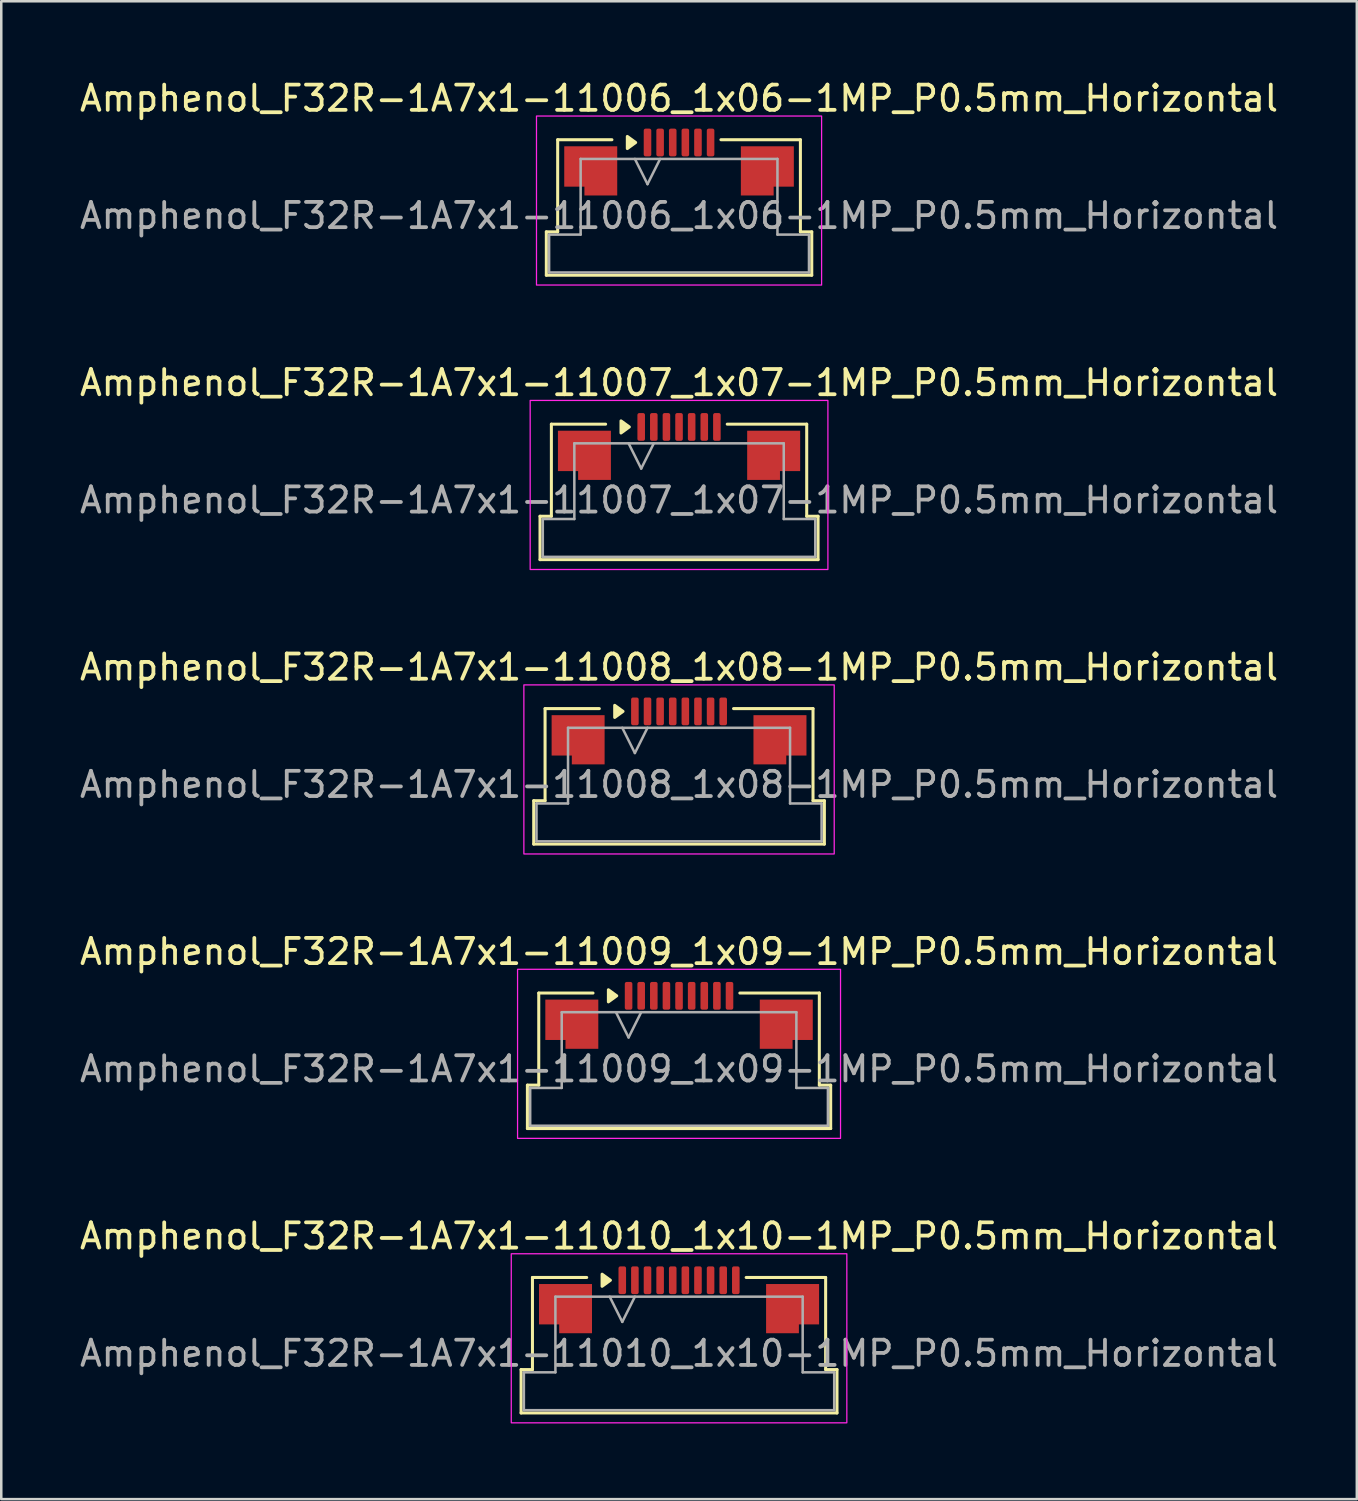
<source format=kicad_pcb>
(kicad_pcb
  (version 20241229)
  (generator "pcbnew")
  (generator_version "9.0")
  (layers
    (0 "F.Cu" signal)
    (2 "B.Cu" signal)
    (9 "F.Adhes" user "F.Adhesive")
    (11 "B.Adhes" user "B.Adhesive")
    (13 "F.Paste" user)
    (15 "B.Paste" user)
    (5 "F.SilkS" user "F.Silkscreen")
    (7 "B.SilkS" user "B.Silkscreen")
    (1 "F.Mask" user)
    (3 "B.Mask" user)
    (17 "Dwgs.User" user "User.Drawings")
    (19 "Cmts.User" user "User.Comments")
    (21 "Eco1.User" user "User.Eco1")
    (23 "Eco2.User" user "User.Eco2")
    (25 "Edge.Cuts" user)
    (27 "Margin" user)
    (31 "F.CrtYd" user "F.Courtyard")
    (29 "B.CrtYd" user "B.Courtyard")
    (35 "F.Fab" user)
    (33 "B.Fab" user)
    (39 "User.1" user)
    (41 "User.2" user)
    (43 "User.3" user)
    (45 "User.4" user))
  (footprint "Amphenol_F32R-1A7x1-11006_1x06-1MP_P0.5mm_Horizontal"
    (layer "F.Cu")
    (at 23.863 5.498)
    (property "Reference" "Amphenol_F32R-1A7x1-11006_1x06-1MP_P0.5mm_Horizontal" (at 0 -4.65 0) (layer "F.SilkS") (effects (font (size 1 1) (thickness 0.15))))
    (attr smd)
    (fp_line (start -5.26 0.64) (end -4.81 0.64) (stroke (width 0.12) (type solid)) (layer "F.SilkS"))
    (fp_line (start -5.26 2.36) (end -5.26 0.64) (stroke (width 0.12) (type solid)) (layer "F.SilkS"))
    (fp_line (start -4.81 -3.01) (end -2.66 -3.01) (stroke (width 0.12) (type solid)) (layer "F.SilkS"))
    (fp_line (start -4.81 0.64) (end -4.81 -3.01) (stroke (width 0.12) (type solid)) (layer "F.SilkS"))
    (fp_line (start 1.66 -3.01) (end 4.81 -3.01) (stroke (width 0.12) (type solid)) (layer "F.SilkS"))
    (fp_line (start 4.81 -3.01) (end 4.81 0.64) (stroke (width 0.12) (type solid)) (layer "F.SilkS"))
    (fp_line (start 4.81 0.64) (end 5.26 0.64) (stroke (width 0.12) (type solid)) (layer "F.SilkS"))
    (fp_line (start 5.26 0.64) (end 5.26 2.36) (stroke (width 0.12) (type solid)) (layer "F.SilkS"))
    (fp_line (start 5.26 2.36) (end -5.26 2.36) (stroke (width 0.12) (type solid)) (layer "F.SilkS"))
    (fp_poly (pts (xy -1.72 -2.9) (xy -2.05 -2.66) (xy -2.05 -3.14)) (stroke (width 0.12) (type solid)) (fill yes) (layer "F.SilkS"))
    (fp_rect (start -5.65 -3.95) (end 5.65 2.75) (stroke (width 0.05) (type solid)) (fill no) (layer "F.CrtYd"))
    (fp_line (start -5.15 0.75) (end -3.9 0.75) (stroke (width 0.1) (type solid)) (layer "F.Fab"))
    (fp_line (start -5.15 2.25) (end -5.15 0.75) (stroke (width 0.1) (type solid)) (layer "F.Fab"))
    (fp_line (start -3.9 -2.25) (end 3.9 -2.25) (stroke (width 0.1) (type solid)) (layer "F.Fab"))
    (fp_line (start -3.9 0.75) (end -3.9 -2.25) (stroke (width 0.1) (type solid)) (layer "F.Fab"))
    (fp_line (start -1.75 -2.25) (end -1.25 -1.25) (stroke (width 0.1) (type solid)) (layer "F.Fab"))
    (fp_line (start -1.25 -1.25) (end -0.75 -2.25) (stroke (width 0.1) (type solid)) (layer "F.Fab"))
    (fp_line (start 3.9 -2.25) (end 3.9 0.75) (stroke (width 0.1) (type solid)) (layer "F.Fab"))
    (fp_line (start 3.9 0.75) (end 5.15 0.75) (stroke (width 0.1) (type solid)) (layer "F.Fab"))
    (fp_line (start 5.15 0.75) (end 5.15 2.25) (stroke (width 0.1) (type solid)) (layer "F.Fab"))
    (fp_line (start 5.15 2.25) (end -5.15 2.25) (stroke (width 0.1) (type solid)) (layer "F.Fab"))
    (fp_text user "${REFERENCE}" (at 0 0 0) (layer "F.Fab") (effects (font (size 1 1) (thickness 0.15))))
    (pad "1" smd roundrect (at -1.25 -2.9) (size 0.3 1.1) (layers "F.Cu" "F.Mask" "F.Paste") (roundrect_rratio 0.25))
    (pad "2" smd roundrect (at -0.75 -2.9) (size 0.3 1.1) (layers "F.Cu" "F.Mask" "F.Paste") (roundrect_rratio 0.25))
    (pad "3" smd roundrect (at -0.25 -2.9) (size 0.3 1.1) (layers "F.Cu" "F.Mask" "F.Paste") (roundrect_rratio 0.25))
    (pad "4" smd roundrect (at 0.25 -2.9) (size 0.3 1.1) (layers "F.Cu" "F.Mask" "F.Paste") (roundrect_rratio 0.25))
    (pad "5" smd roundrect (at 0.75 -2.9) (size 0.3 1.1) (layers "F.Cu" "F.Mask" "F.Paste") (roundrect_rratio 0.25))
    (pad "6" smd roundrect (at 1.25 -2.9) (size 0.3 1.1) (layers "F.Cu" "F.Mask" "F.Paste") (roundrect_rratio 0.25))
    (pad "MP" smd custom (at -3.5 -1.775) (size 1 1) (layers "F.Cu" "F.Mask" "F.Paste") (options (anchor circle)) (primitives (gr_poly (pts (xy 1.05 -0.975) (xy 1.05 0.975) (xy -0.25 0.975) (xy -0.25 0.625) (xy -1.05 0.625) (xy -1.05 -0.975)) (width 0) (fill yes))))
    (pad "MP" smd custom (at 3.5 -1.775) (size 1 1) (layers "F.Cu" "F.Mask" "F.Paste") (options (anchor circle)) (primitives (gr_poly (pts (xy -1.05 -0.975) (xy -1.05 0.975) (xy 0.25 0.975) (xy 0.25 0.625) (xy 1.05 0.625) (xy 1.05 -0.975)) (width 0) (fill yes)))))
  (footprint "Amphenol_F32R-1A7x1-11008_1x08-1MP_P0.5mm_Horizontal"
    (layer "F.Cu")
    (at 23.863 28.045)
    (property "Reference" "Amphenol_F32R-1A7x1-11008_1x08-1MP_P0.5mm_Horizontal" (at 0 -4.65 0) (layer "F.SilkS") (effects (font (size 1 1) (thickness 0.15))))
    (attr smd)
    (fp_line (start -5.76 0.64) (end -5.31 0.64) (stroke (width 0.12) (type solid)) (layer "F.SilkS"))
    (fp_line (start -5.76 2.36) (end -5.76 0.64) (stroke (width 0.12) (type solid)) (layer "F.SilkS"))
    (fp_line (start -5.31 -3.01) (end -3.16 -3.01) (stroke (width 0.12) (type solid)) (layer "F.SilkS"))
    (fp_line (start -5.31 0.64) (end -5.31 -3.01) (stroke (width 0.12) (type solid)) (layer "F.SilkS"))
    (fp_line (start 2.16 -3.01) (end 5.31 -3.01) (stroke (width 0.12) (type solid)) (layer "F.SilkS"))
    (fp_line (start 5.31 -3.01) (end 5.31 0.64) (stroke (width 0.12) (type solid)) (layer "F.SilkS"))
    (fp_line (start 5.31 0.64) (end 5.76 0.64) (stroke (width 0.12) (type solid)) (layer "F.SilkS"))
    (fp_line (start 5.76 0.64) (end 5.76 2.36) (stroke (width 0.12) (type solid)) (layer "F.SilkS"))
    (fp_line (start 5.76 2.36) (end -5.76 2.36) (stroke (width 0.12) (type solid)) (layer "F.SilkS"))
    (fp_poly (pts (xy -2.22 -2.9) (xy -2.55 -2.66) (xy -2.55 -3.14)) (stroke (width 0.12) (type solid)) (fill yes) (layer "F.SilkS"))
    (fp_rect (start -6.15 -3.95) (end 6.15 2.75) (stroke (width 0.05) (type solid)) (fill no) (layer "F.CrtYd"))
    (fp_line (start -5.65 0.75) (end -4.4 0.75) (stroke (width 0.1) (type solid)) (layer "F.Fab"))
    (fp_line (start -5.65 2.25) (end -5.65 0.75) (stroke (width 0.1) (type solid)) (layer "F.Fab"))
    (fp_line (start -4.4 -2.25) (end 4.4 -2.25) (stroke (width 0.1) (type solid)) (layer "F.Fab"))
    (fp_line (start -4.4 0.75) (end -4.4 -2.25) (stroke (width 0.1) (type solid)) (layer "F.Fab"))
    (fp_line (start -2.25 -2.25) (end -1.75 -1.25) (stroke (width 0.1) (type solid)) (layer "F.Fab"))
    (fp_line (start -1.75 -1.25) (end -1.25 -2.25) (stroke (width 0.1) (type solid)) (layer "F.Fab"))
    (fp_line (start 4.4 -2.25) (end 4.4 0.75) (stroke (width 0.1) (type solid)) (layer "F.Fab"))
    (fp_line (start 4.4 0.75) (end 5.65 0.75) (stroke (width 0.1) (type solid)) (layer "F.Fab"))
    (fp_line (start 5.65 0.75) (end 5.65 2.25) (stroke (width 0.1) (type solid)) (layer "F.Fab"))
    (fp_line (start 5.65 2.25) (end -5.65 2.25) (stroke (width 0.1) (type solid)) (layer "F.Fab"))
    (fp_text user "${REFERENCE}" (at 0 0 0) (layer "F.Fab") (effects (font (size 1 1) (thickness 0.15))))
    (pad "1" smd roundrect (at -1.75 -2.9) (size 0.3 1.1) (layers "F.Cu" "F.Mask" "F.Paste") (roundrect_rratio 0.25))
    (pad "2" smd roundrect (at -1.25 -2.9) (size 0.3 1.1) (layers "F.Cu" "F.Mask" "F.Paste") (roundrect_rratio 0.25))
    (pad "3" smd roundrect (at -0.75 -2.9) (size 0.3 1.1) (layers "F.Cu" "F.Mask" "F.Paste") (roundrect_rratio 0.25))
    (pad "4" smd roundrect (at -0.25 -2.9) (size 0.3 1.1) (layers "F.Cu" "F.Mask" "F.Paste") (roundrect_rratio 0.25))
    (pad "5" smd roundrect (at 0.25 -2.9) (size 0.3 1.1) (layers "F.Cu" "F.Mask" "F.Paste") (roundrect_rratio 0.25))
    (pad "6" smd roundrect (at 0.75 -2.9) (size 0.3 1.1) (layers "F.Cu" "F.Mask" "F.Paste") (roundrect_rratio 0.25))
    (pad "7" smd roundrect (at 1.25 -2.9) (size 0.3 1.1) (layers "F.Cu" "F.Mask" "F.Paste") (roundrect_rratio 0.25))
    (pad "8" smd roundrect (at 1.75 -2.9) (size 0.3 1.1) (layers "F.Cu" "F.Mask" "F.Paste") (roundrect_rratio 0.25))
    (pad "MP" smd custom (at -4 -1.775) (size 1 1) (layers "F.Cu" "F.Mask" "F.Paste") (options (anchor circle)) (primitives (gr_poly (pts (xy 1.05 -0.975) (xy 1.05 0.975) (xy -0.25 0.975) (xy -0.25 0.625) (xy -1.05 0.625) (xy -1.05 -0.975)) (width 0) (fill yes))))
    (pad "MP" smd custom (at 4 -1.775) (size 1 1) (layers "F.Cu" "F.Mask" "F.Paste") (options (anchor circle)) (primitives (gr_poly (pts (xy -1.05 -0.975) (xy -1.05 0.975) (xy 0.25 0.975) (xy 0.25 0.625) (xy 1.05 0.625) (xy 1.05 -0.975)) (width 0) (fill yes)))))
  (footprint "Amphenol_F32R-1A7x1-11010_1x10-1MP_P0.5mm_Horizontal"
    (layer "F.Cu")
    (at 23.863 50.591)
    (property "Reference" "Amphenol_F32R-1A7x1-11010_1x10-1MP_P0.5mm_Horizontal" (at 0 -4.65 0) (layer "F.SilkS") (effects (font (size 1 1) (thickness 0.15))))
    (attr smd)
    (fp_line (start -6.26 0.64) (end -5.81 0.64) (stroke (width 0.12) (type solid)) (layer "F.SilkS"))
    (fp_line (start -6.26 2.36) (end -6.26 0.64) (stroke (width 0.12) (type solid)) (layer "F.SilkS"))
    (fp_line (start -5.81 -3.01) (end -3.66 -3.01) (stroke (width 0.12) (type solid)) (layer "F.SilkS"))
    (fp_line (start -5.81 0.64) (end -5.81 -3.01) (stroke (width 0.12) (type solid)) (layer "F.SilkS"))
    (fp_line (start 2.66 -3.01) (end 5.81 -3.01) (stroke (width 0.12) (type solid)) (layer "F.SilkS"))
    (fp_line (start 5.81 -3.01) (end 5.81 0.64) (stroke (width 0.12) (type solid)) (layer "F.SilkS"))
    (fp_line (start 5.81 0.64) (end 6.26 0.64) (stroke (width 0.12) (type solid)) (layer "F.SilkS"))
    (fp_line (start 6.26 0.64) (end 6.26 2.36) (stroke (width 0.12) (type solid)) (layer "F.SilkS"))
    (fp_line (start 6.26 2.36) (end -6.26 2.36) (stroke (width 0.12) (type solid)) (layer "F.SilkS"))
    (fp_poly (pts (xy -2.72 -2.9) (xy -3.05 -2.66) (xy -3.05 -3.14)) (stroke (width 0.12) (type solid)) (fill yes) (layer "F.SilkS"))
    (fp_rect (start -6.65 -3.95) (end 6.65 2.75) (stroke (width 0.05) (type solid)) (fill no) (layer "F.CrtYd"))
    (fp_line (start -6.15 0.75) (end -4.9 0.75) (stroke (width 0.1) (type solid)) (layer "F.Fab"))
    (fp_line (start -6.15 2.25) (end -6.15 0.75) (stroke (width 0.1) (type solid)) (layer "F.Fab"))
    (fp_line (start -4.9 -2.25) (end 4.9 -2.25) (stroke (width 0.1) (type solid)) (layer "F.Fab"))
    (fp_line (start -4.9 0.75) (end -4.9 -2.25) (stroke (width 0.1) (type solid)) (layer "F.Fab"))
    (fp_line (start -2.75 -2.25) (end -2.25 -1.25) (stroke (width 0.1) (type solid)) (layer "F.Fab"))
    (fp_line (start -2.25 -1.25) (end -1.75 -2.25) (stroke (width 0.1) (type solid)) (layer "F.Fab"))
    (fp_line (start 4.9 -2.25) (end 4.9 0.75) (stroke (width 0.1) (type solid)) (layer "F.Fab"))
    (fp_line (start 4.9 0.75) (end 6.15 0.75) (stroke (width 0.1) (type solid)) (layer "F.Fab"))
    (fp_line (start 6.15 0.75) (end 6.15 2.25) (stroke (width 0.1) (type solid)) (layer "F.Fab"))
    (fp_line (start 6.15 2.25) (end -6.15 2.25) (stroke (width 0.1) (type solid)) (layer "F.Fab"))
    (fp_text user "${REFERENCE}" (at 0 0 0) (layer "F.Fab") (effects (font (size 1 1) (thickness 0.15))))
    (pad "1" smd roundrect (at -2.25 -2.9) (size 0.3 1.1) (layers "F.Cu" "F.Mask" "F.Paste") (roundrect_rratio 0.25))
    (pad "2" smd roundrect (at -1.75 -2.9) (size 0.3 1.1) (layers "F.Cu" "F.Mask" "F.Paste") (roundrect_rratio 0.25))
    (pad "3" smd roundrect (at -1.25 -2.9) (size 0.3 1.1) (layers "F.Cu" "F.Mask" "F.Paste") (roundrect_rratio 0.25))
    (pad "4" smd roundrect (at -0.75 -2.9) (size 0.3 1.1) (layers "F.Cu" "F.Mask" "F.Paste") (roundrect_rratio 0.25))
    (pad "5" smd roundrect (at -0.25 -2.9) (size 0.3 1.1) (layers "F.Cu" "F.Mask" "F.Paste") (roundrect_rratio 0.25))
    (pad "6" smd roundrect (at 0.25 -2.9) (size 0.3 1.1) (layers "F.Cu" "F.Mask" "F.Paste") (roundrect_rratio 0.25))
    (pad "7" smd roundrect (at 0.75 -2.9) (size 0.3 1.1) (layers "F.Cu" "F.Mask" "F.Paste") (roundrect_rratio 0.25))
    (pad "8" smd roundrect (at 1.25 -2.9) (size 0.3 1.1) (layers "F.Cu" "F.Mask" "F.Paste") (roundrect_rratio 0.25))
    (pad "9" smd roundrect (at 1.75 -2.9) (size 0.3 1.1) (layers "F.Cu" "F.Mask" "F.Paste") (roundrect_rratio 0.25))
    (pad "10" smd roundrect (at 2.25 -2.9) (size 0.3 1.1) (layers "F.Cu" "F.Mask" "F.Paste") (roundrect_rratio 0.25))
    (pad "MP" smd custom (at -4.5 -1.775) (size 1 1) (layers "F.Cu" "F.Mask" "F.Paste") (options (anchor circle)) (primitives (gr_poly (pts (xy 1.05 -0.975) (xy 1.05 0.975) (xy -0.25 0.975) (xy -0.25 0.625) (xy -1.05 0.625) (xy -1.05 -0.975)) (width 0) (fill yes))))
    (pad "MP" smd custom (at 4.5 -1.775) (size 1 1) (layers "F.Cu" "F.Mask" "F.Paste") (options (anchor circle)) (primitives (gr_poly (pts (xy -1.05 -0.975) (xy -1.05 0.975) (xy 0.25 0.975) (xy 0.25 0.625) (xy 1.05 0.625) (xy 1.05 -0.975)) (width 0) (fill yes)))))
  (footprint "Amphenol_F32R-1A7x1-11009_1x09-1MP_P0.5mm_Horizontal"
    (layer "F.Cu")
    (at 23.863 39.318)
    (property "Reference" "Amphenol_F32R-1A7x1-11009_1x09-1MP_P0.5mm_Horizontal" (at 0 -4.65 0) (layer "F.SilkS") (effects (font (size 1 1) (thickness 0.15))))
    (attr smd)
    (fp_line (start -6.01 0.64) (end -5.56 0.64) (stroke (width 0.12) (type solid)) (layer "F.SilkS"))
    (fp_line (start -6.01 2.36) (end -6.01 0.64) (stroke (width 0.12) (type solid)) (layer "F.SilkS"))
    (fp_line (start -5.56 -3.01) (end -3.41 -3.01) (stroke (width 0.12) (type solid)) (layer "F.SilkS"))
    (fp_line (start -5.56 0.64) (end -5.56 -3.01) (stroke (width 0.12) (type solid)) (layer "F.SilkS"))
    (fp_line (start 2.41 -3.01) (end 5.56 -3.01) (stroke (width 0.12) (type solid)) (layer "F.SilkS"))
    (fp_line (start 5.56 -3.01) (end 5.56 0.64) (stroke (width 0.12) (type solid)) (layer "F.SilkS"))
    (fp_line (start 5.56 0.64) (end 6.01 0.64) (stroke (width 0.12) (type solid)) (layer "F.SilkS"))
    (fp_line (start 6.01 0.64) (end 6.01 2.36) (stroke (width 0.12) (type solid)) (layer "F.SilkS"))
    (fp_line (start 6.01 2.36) (end -6.01 2.36) (stroke (width 0.12) (type solid)) (layer "F.SilkS"))
    (fp_poly (pts (xy -2.47 -2.9) (xy -2.8 -2.66) (xy -2.8 -3.14)) (stroke (width 0.12) (type solid)) (fill yes) (layer "F.SilkS"))
    (fp_rect (start -6.4 -3.95) (end 6.4 2.75) (stroke (width 0.05) (type solid)) (fill no) (layer "F.CrtYd"))
    (fp_line (start -5.9 0.75) (end -4.65 0.75) (stroke (width 0.1) (type solid)) (layer "F.Fab"))
    (fp_line (start -5.9 2.25) (end -5.9 0.75) (stroke (width 0.1) (type solid)) (layer "F.Fab"))
    (fp_line (start -4.65 -2.25) (end 4.65 -2.25) (stroke (width 0.1) (type solid)) (layer "F.Fab"))
    (fp_line (start -4.65 0.75) (end -4.65 -2.25) (stroke (width 0.1) (type solid)) (layer "F.Fab"))
    (fp_line (start -2.5 -2.25) (end -2 -1.25) (stroke (width 0.1) (type solid)) (layer "F.Fab"))
    (fp_line (start -2 -1.25) (end -1.5 -2.25) (stroke (width 0.1) (type solid)) (layer "F.Fab"))
    (fp_line (start 4.65 -2.25) (end 4.65 0.75) (stroke (width 0.1) (type solid)) (layer "F.Fab"))
    (fp_line (start 4.65 0.75) (end 5.9 0.75) (stroke (width 0.1) (type solid)) (layer "F.Fab"))
    (fp_line (start 5.9 0.75) (end 5.9 2.25) (stroke (width 0.1) (type solid)) (layer "F.Fab"))
    (fp_line (start 5.9 2.25) (end -5.9 2.25) (stroke (width 0.1) (type solid)) (layer "F.Fab"))
    (fp_text user "${REFERENCE}" (at 0 0 0) (layer "F.Fab") (effects (font (size 1 1) (thickness 0.15))))
    (pad "1" smd roundrect (at -2 -2.9) (size 0.3 1.1) (layers "F.Cu" "F.Mask" "F.Paste") (roundrect_rratio 0.25))
    (pad "2" smd roundrect (at -1.5 -2.9) (size 0.3 1.1) (layers "F.Cu" "F.Mask" "F.Paste") (roundrect_rratio 0.25))
    (pad "3" smd roundrect (at -1 -2.9) (size 0.3 1.1) (layers "F.Cu" "F.Mask" "F.Paste") (roundrect_rratio 0.25))
    (pad "4" smd roundrect (at -0.5 -2.9) (size 0.3 1.1) (layers "F.Cu" "F.Mask" "F.Paste") (roundrect_rratio 0.25))
    (pad "5" smd roundrect (at 0 -2.9) (size 0.3 1.1) (layers "F.Cu" "F.Mask" "F.Paste") (roundrect_rratio 0.25))
    (pad "6" smd roundrect (at 0.5 -2.9) (size 0.3 1.1) (layers "F.Cu" "F.Mask" "F.Paste") (roundrect_rratio 0.25))
    (pad "7" smd roundrect (at 1 -2.9) (size 0.3 1.1) (layers "F.Cu" "F.Mask" "F.Paste") (roundrect_rratio 0.25))
    (pad "8" smd roundrect (at 1.5 -2.9) (size 0.3 1.1) (layers "F.Cu" "F.Mask" "F.Paste") (roundrect_rratio 0.25))
    (pad "9" smd roundrect (at 2 -2.9) (size 0.3 1.1) (layers "F.Cu" "F.Mask" "F.Paste") (roundrect_rratio 0.25))
    (pad "MP" smd custom (at -4.25 -1.775) (size 1 1) (layers "F.Cu" "F.Mask" "F.Paste") (options (anchor circle)) (primitives (gr_poly (pts (xy 1.05 -0.975) (xy 1.05 0.975) (xy -0.25 0.975) (xy -0.25 0.625) (xy -1.05 0.625) (xy -1.05 -0.975)) (width 0) (fill yes))))
    (pad "MP" smd custom (at 4.25 -1.775) (size 1 1) (layers "F.Cu" "F.Mask" "F.Paste") (options (anchor circle)) (primitives (gr_poly (pts (xy -1.05 -0.975) (xy -1.05 0.975) (xy 0.25 0.975) (xy 0.25 0.625) (xy 1.05 0.625) (xy 1.05 -0.975)) (width 0) (fill yes)))))
  (footprint "Amphenol_F32R-1A7x1-11007_1x07-1MP_P0.5mm_Horizontal"
    (layer "F.Cu")
    (at 23.863 16.771)
    (property "Reference" "Amphenol_F32R-1A7x1-11007_1x07-1MP_P0.5mm_Horizontal" (at 0 -4.65 0) (layer "F.SilkS") (effects (font (size 1 1) (thickness 0.15))))
    (attr smd)
    (fp_line (start -5.51 0.64) (end -5.06 0.64) (stroke (width 0.12) (type solid)) (layer "F.SilkS"))
    (fp_line (start -5.51 2.36) (end -5.51 0.64) (stroke (width 0.12) (type solid)) (layer "F.SilkS"))
    (fp_line (start -5.06 -3.01) (end -2.91 -3.01) (stroke (width 0.12) (type solid)) (layer "F.SilkS"))
    (fp_line (start -5.06 0.64) (end -5.06 -3.01) (stroke (width 0.12) (type solid)) (layer "F.SilkS"))
    (fp_line (start 1.91 -3.01) (end 5.06 -3.01) (stroke (width 0.12) (type solid)) (layer "F.SilkS"))
    (fp_line (start 5.06 -3.01) (end 5.06 0.64) (stroke (width 0.12) (type solid)) (layer "F.SilkS"))
    (fp_line (start 5.06 0.64) (end 5.51 0.64) (stroke (width 0.12) (type solid)) (layer "F.SilkS"))
    (fp_line (start 5.51 0.64) (end 5.51 2.36) (stroke (width 0.12) (type solid)) (layer "F.SilkS"))
    (fp_line (start 5.51 2.36) (end -5.51 2.36) (stroke (width 0.12) (type solid)) (layer "F.SilkS"))
    (fp_poly (pts (xy -1.97 -2.9) (xy -2.3 -2.66) (xy -2.3 -3.14)) (stroke (width 0.12) (type solid)) (fill yes) (layer "F.SilkS"))
    (fp_rect (start -5.9 -3.95) (end 5.9 2.75) (stroke (width 0.05) (type solid)) (fill no) (layer "F.CrtYd"))
    (fp_line (start -5.4 0.75) (end -4.15 0.75) (stroke (width 0.1) (type solid)) (layer "F.Fab"))
    (fp_line (start -5.4 2.25) (end -5.4 0.75) (stroke (width 0.1) (type solid)) (layer "F.Fab"))
    (fp_line (start -4.15 -2.25) (end 4.15 -2.25) (stroke (width 0.1) (type solid)) (layer "F.Fab"))
    (fp_line (start -4.15 0.75) (end -4.15 -2.25) (stroke (width 0.1) (type solid)) (layer "F.Fab"))
    (fp_line (start -2 -2.25) (end -1.5 -1.25) (stroke (width 0.1) (type solid)) (layer "F.Fab"))
    (fp_line (start -1.5 -1.25) (end -1 -2.25) (stroke (width 0.1) (type solid)) (layer "F.Fab"))
    (fp_line (start 4.15 -2.25) (end 4.15 0.75) (stroke (width 0.1) (type solid)) (layer "F.Fab"))
    (fp_line (start 4.15 0.75) (end 5.4 0.75) (stroke (width 0.1) (type solid)) (layer "F.Fab"))
    (fp_line (start 5.4 0.75) (end 5.4 2.25) (stroke (width 0.1) (type solid)) (layer "F.Fab"))
    (fp_line (start 5.4 2.25) (end -5.4 2.25) (stroke (width 0.1) (type solid)) (layer "F.Fab"))
    (fp_text user "${REFERENCE}" (at 0 0 0) (layer "F.Fab") (effects (font (size 1 1) (thickness 0.15))))
    (pad "1" smd roundrect (at -1.5 -2.9) (size 0.3 1.1) (layers "F.Cu" "F.Mask" "F.Paste") (roundrect_rratio 0.25))
    (pad "2" smd roundrect (at -1 -2.9) (size 0.3 1.1) (layers "F.Cu" "F.Mask" "F.Paste") (roundrect_rratio 0.25))
    (pad "3" smd roundrect (at -0.5 -2.9) (size 0.3 1.1) (layers "F.Cu" "F.Mask" "F.Paste") (roundrect_rratio 0.25))
    (pad "4" smd roundrect (at 0 -2.9) (size 0.3 1.1) (layers "F.Cu" "F.Mask" "F.Paste") (roundrect_rratio 0.25))
    (pad "5" smd roundrect (at 0.5 -2.9) (size 0.3 1.1) (layers "F.Cu" "F.Mask" "F.Paste") (roundrect_rratio 0.25))
    (pad "6" smd roundrect (at 1 -2.9) (size 0.3 1.1) (layers "F.Cu" "F.Mask" "F.Paste") (roundrect_rratio 0.25))
    (pad "7" smd roundrect (at 1.5 -2.9) (size 0.3 1.1) (layers "F.Cu" "F.Mask" "F.Paste") (roundrect_rratio 0.25))
    (pad "MP" smd custom (at -3.75 -1.775) (size 1 1) (layers "F.Cu" "F.Mask" "F.Paste") (options (anchor circle)) (primitives (gr_poly (pts (xy 1.05 -0.975) (xy 1.05 0.975) (xy -0.25 0.975) (xy -0.25 0.625) (xy -1.05 0.625) (xy -1.05 -0.975)) (width 0) (fill yes))))
    (pad "MP" smd custom (at 3.75 -1.775) (size 1 1) (layers "F.Cu" "F.Mask" "F.Paste") (options (anchor circle)) (primitives (gr_poly (pts (xy -1.05 -0.975) (xy -1.05 0.975) (xy 0.25 0.975) (xy 0.25 0.625) (xy 1.05 0.625) (xy 1.05 -0.975)) (width 0) (fill yes)))))
  (gr_rect
    (start -3 -3)
    (end 50.726 56.366)
    (stroke (width 0.1) (type default))
    (fill no)
    (layer "Edge.Cuts")))
</source>
